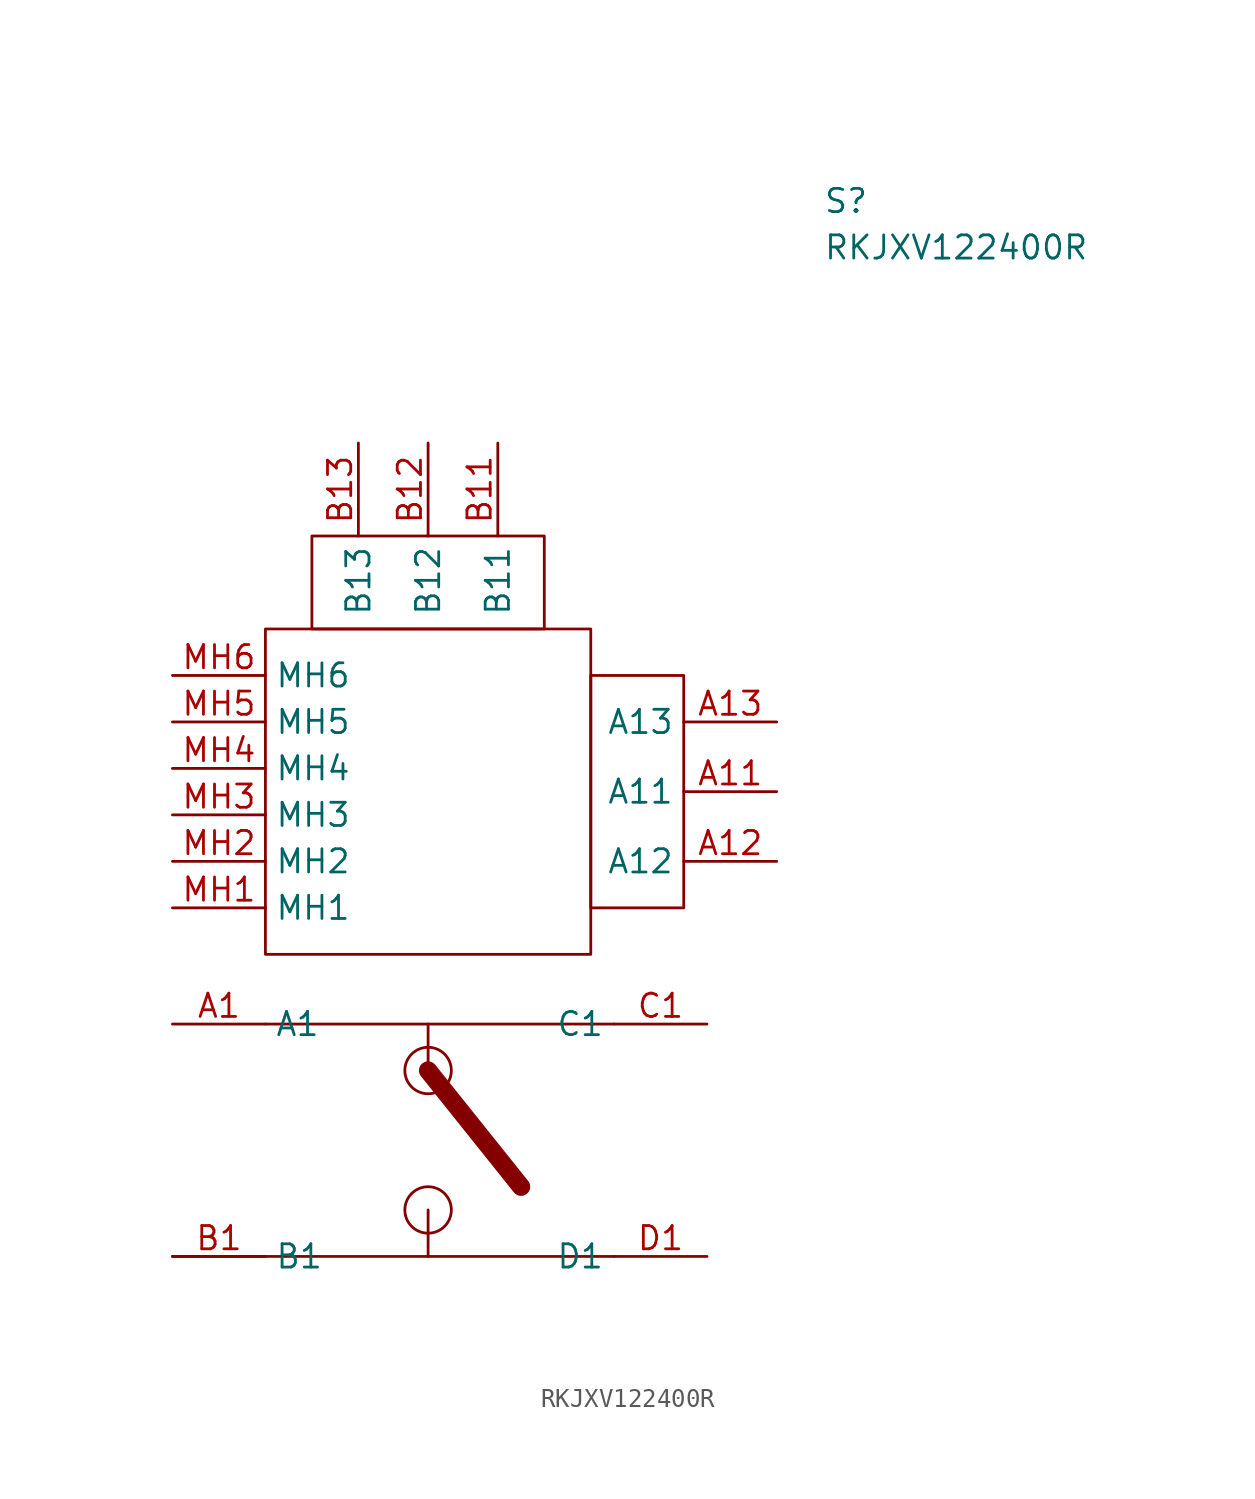
<source format=kicad_sym>
(kicad_symbol_lib
  (version 20231120)
  (generator "kicad_symbol_editor")
  (generator_version "8.0")
  (symbol "RKJXV122400R"
    (property "Reference" "S"
      (at 21.59 7.62 0)
      (effects (font (size 1.27 1.27)) (justify left top)))
    (property "Value" "RKJXV122400R"
      (at 21.59 5.08 0)
      (effects (font (size 1.27 1.27)) (justify left top)))
    (symbol "RKJXV122400R_0_1"
      (rectangle (start -8.89 -16.51) (end 8.89 -34.29) (stroke (width 0) (type default)) (fill (type none)))
      (rectangle (start -6.35 -16.51) (end 6.35 -11.43) (stroke (width 0) (type default)) (fill (type none)))
      (circle (center 0 -48.26) (radius 1.27) (stroke (width 0) (type default)) (fill (type none)))
      (circle (center 0 -40.64) (radius 1.27) (stroke (width 0) (type default)) (fill (type none)))
      (rectangle (start 8.89 -19.05) (end 13.97 -31.75) (stroke (width 0) (type default)) (fill (type none))))
    (symbol "RKJXV122400R_1_1"
      (polyline (pts (xy -13.97 -50.8) (xy 10.16 -50.8)) (stroke (width 0) (type default)) (fill (type none)))
      (polyline (pts (xy -8.89 -38.1) (xy 10.16 -38.1)) (stroke (width 0) (type default)) (fill (type none)))
      (polyline (pts (xy 0 -48.26) (xy 0 -50.8)) (stroke (width 0) (type default)) (fill (type none)))
      (polyline (pts (xy 0 -40.64) (xy 0 -38.1)) (stroke (width 0) (type default)) (fill (type none)))
      (polyline (pts (xy 0 -40.64) (xy 5.08 -46.99)) (stroke (width 1) (type default)) (fill (type none)))
      (pin passive line (at -13.97 -38.1 0) (length 5.08) (name "A1" (effects (font (size 1.27 1.27)))) (number "A1" (effects (font (size 1.27 1.27)))))
      (pin passive line (at 19.05 -25.4 180) (length 5.08) (name "A11" (effects (font (size 1.27 1.27)))) (number "A11" (effects (font (size 1.27 1.27)))))
      (pin passive line (at 19.05 -29.21 180) (length 5.08) (name "A12" (effects (font (size 1.27 1.27)))) (number "A12" (effects (font (size 1.27 1.27)))))
      (pin passive line (at 19.05 -21.59 180) (length 5.08) (name "A13" (effects (font (size 1.27 1.27)))) (number "A13" (effects (font (size 1.27 1.27)))))
      (pin passive line (at -13.97 -50.8 0) (length 5.08) (name "B1" (effects (font (size 1.27 1.27)))) (number "B1" (effects (font (size 1.27 1.27)))))
      (pin passive line (at 3.81 -6.35 270) (length 5.08) (name "B11" (effects (font (size 1.27 1.27)))) (number "B11" (effects (font (size 1.27 1.27)))))
      (pin passive line (at 0 -6.35 270) (length 5.08) (name "B12" (effects (font (size 1.27 1.27)))) (number "B12" (effects (font (size 1.27 1.27)))))
      (pin passive line (at -3.81 -6.35 270) (length 5.08) (name "B13" (effects (font (size 1.27 1.27)))) (number "B13" (effects (font (size 1.27 1.27)))))
      (pin passive line (at 15.24 -38.1 180) (length 5.08) (name "C1" (effects (font (size 1.27 1.27)))) (number "C1" (effects (font (size 1.27 1.27)))))
      (pin passive line (at 15.24 -50.8 180) (length 5.08) (name "D1" (effects (font (size 1.27 1.27)))) (number "D1" (effects (font (size 1.27 1.27)))))
      (pin passive line (at -13.97 -31.75 0) (length 5.08) (name "MH1" (effects (font (size 1.27 1.27)))) (number "MH1" (effects (font (size 1.27 1.27)))))
      (pin passive line (at -13.97 -29.21 0) (length 5.08) (name "MH2" (effects (font (size 1.27 1.27)))) (number "MH2" (effects (font (size 1.27 1.27)))))
      (pin passive line (at -13.97 -26.67 0) (length 5.08) (name "MH3" (effects (font (size 1.27 1.27)))) (number "MH3" (effects (font (size 1.27 1.27)))))
      (pin passive line (at -13.97 -24.13 0) (length 5.08) (name "MH4" (effects (font (size 1.27 1.27)))) (number "MH4" (effects (font (size 1.27 1.27)))))
      (pin passive line (at -13.97 -21.59 0) (length 5.08) (name "MH5" (effects (font (size 1.27 1.27)))) (number "MH5" (effects (font (size 1.27 1.27)))))
      (pin passive line (at -13.97 -19.05 0) (length 5.08) (name "MH6" (effects (font (size 1.27 1.27)))) (number "MH6" (effects (font (size 1.27 1.27))))))))
</source>
